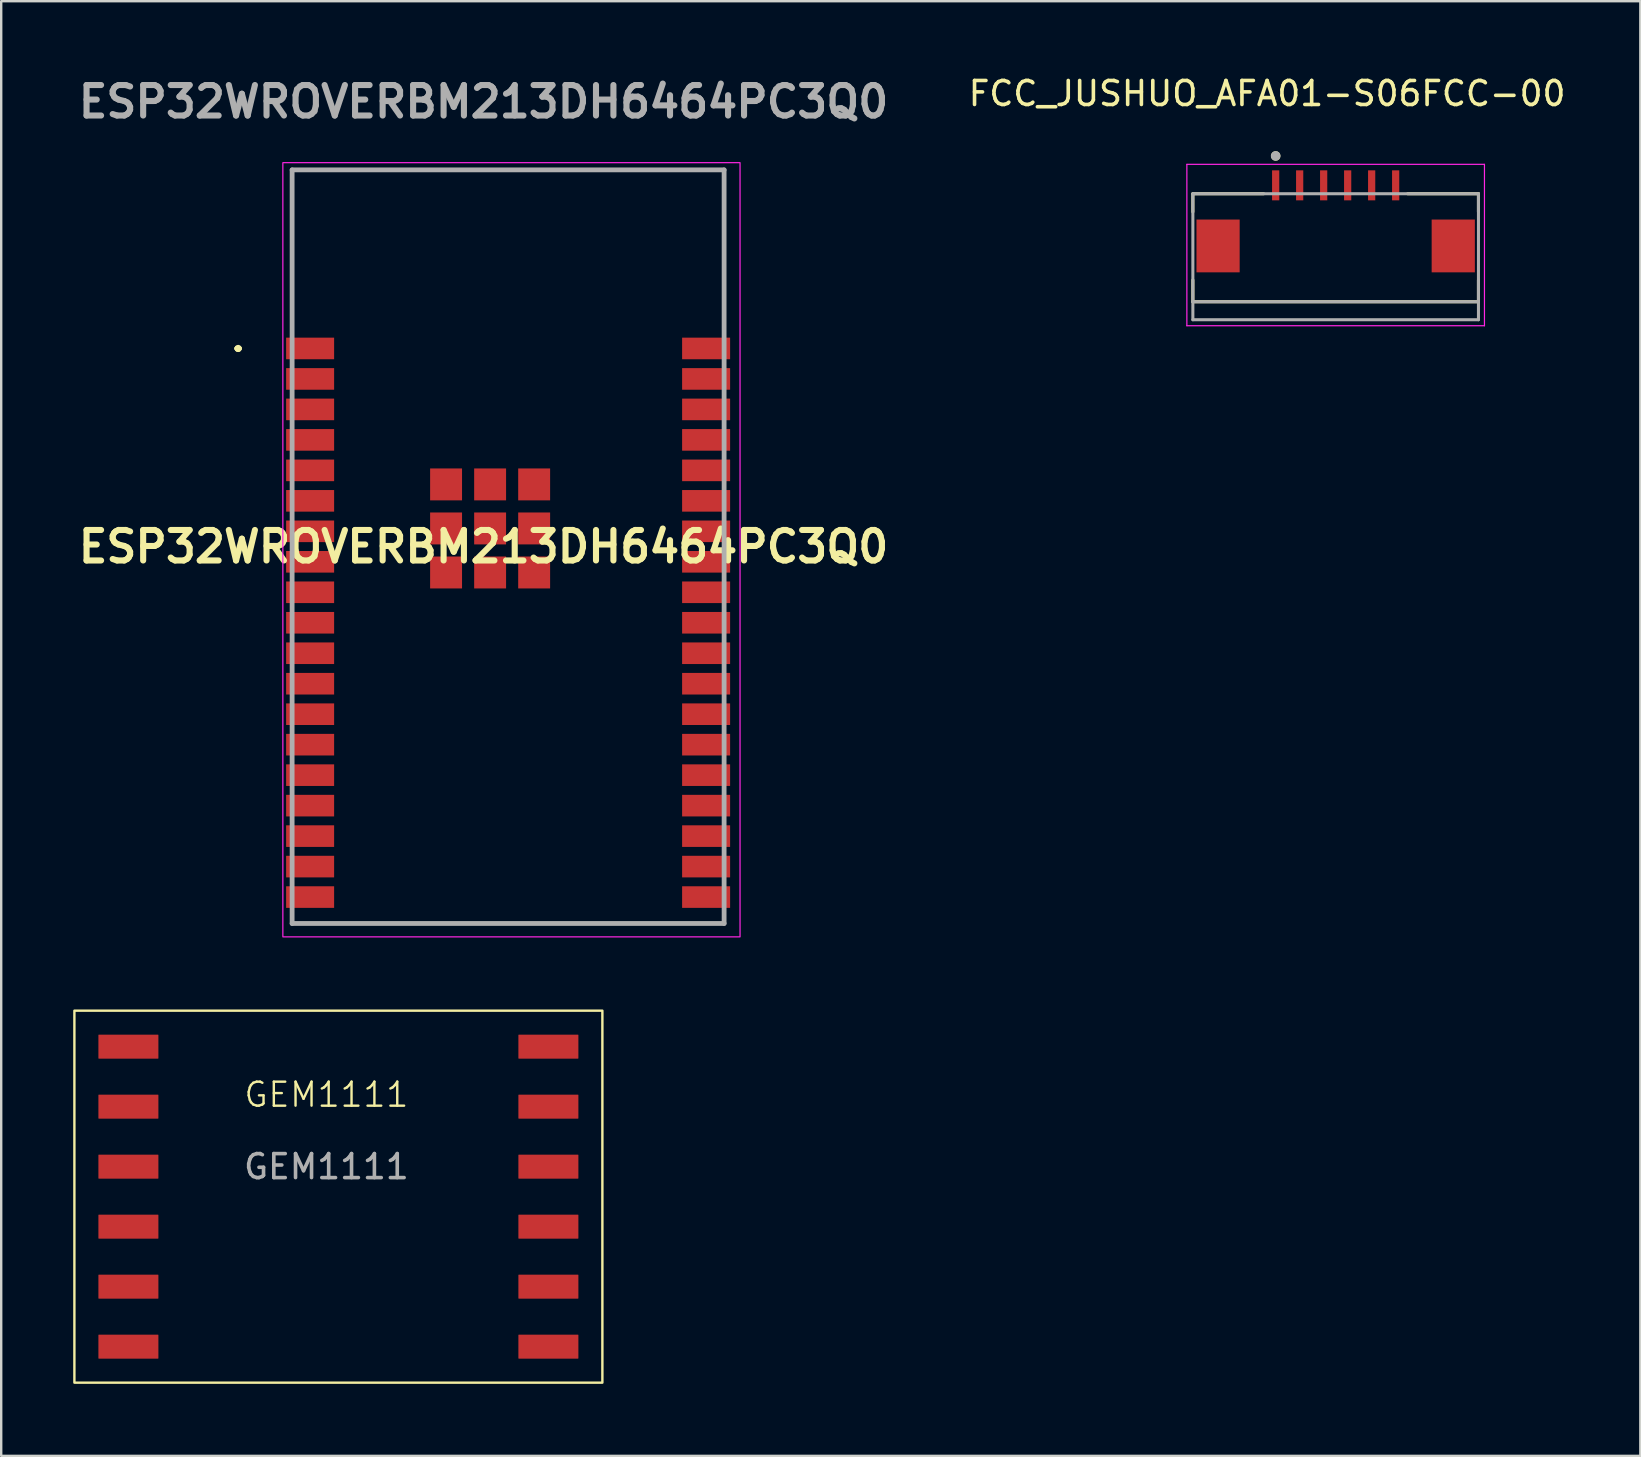
<source format=kicad_pcb>
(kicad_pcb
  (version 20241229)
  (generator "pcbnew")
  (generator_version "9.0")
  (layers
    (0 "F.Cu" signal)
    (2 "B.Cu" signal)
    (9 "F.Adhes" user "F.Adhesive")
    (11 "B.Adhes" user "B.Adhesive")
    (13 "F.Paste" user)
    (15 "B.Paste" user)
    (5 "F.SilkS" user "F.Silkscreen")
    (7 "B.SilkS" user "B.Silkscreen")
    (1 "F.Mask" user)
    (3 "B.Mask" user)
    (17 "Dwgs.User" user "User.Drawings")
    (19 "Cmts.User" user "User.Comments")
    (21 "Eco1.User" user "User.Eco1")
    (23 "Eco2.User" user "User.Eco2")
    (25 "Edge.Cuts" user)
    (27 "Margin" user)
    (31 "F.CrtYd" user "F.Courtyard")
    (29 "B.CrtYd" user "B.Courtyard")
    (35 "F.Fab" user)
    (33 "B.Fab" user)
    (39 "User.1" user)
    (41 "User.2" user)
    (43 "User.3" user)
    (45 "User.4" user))
  (footprint "ESP32WROVERBM213DH6464PC3Q0"
    (layer "F.Cu")
    (at 17.372 18.969)
    (property "Reference" "ESP32WROVERBM213DH6464PC3Q0" (at -0.275 0.76 0) (layer "F.SilkS") (effects (font (size 1.27 1.27) (thickness 0.254))))
    (attr smd)
    (fp_line (start -10.55 -7.5) (end -10.55 -7.5) (stroke (width 0.2) (type solid)) (layer "F.SilkS"))
    (fp_line (start -10.55 -7.5) (end -10.55 -7.5) (stroke (width 0.2) (type solid)) (layer "F.SilkS"))
    (fp_line (start -10.45 -7.5) (end -10.45 -7.5) (stroke (width 0.2) (type solid)) (layer "F.SilkS"))
    (fp_line (start -8.25 -14.94) (end -8.25 -14.94) (stroke (width 0.1) (type solid)) (layer "F.SilkS"))
    (fp_line (start -8.25 -14.94) (end -8.25 -14.94) (stroke (width 0.1) (type solid)) (layer "F.SilkS"))
    (fp_line (start -8.25 -14.94) (end -8.25 -8.5) (stroke (width 0.1) (type solid)) (layer "F.SilkS"))
    (fp_line (start -8.25 -14.94) (end 9.75 -14.94) (stroke (width 0.1) (type solid)) (layer "F.SilkS"))
    (fp_line (start -8.25 -8.5) (end -8.25 -14.94) (stroke (width 0.1) (type solid)) (layer "F.SilkS"))
    (fp_line (start -8.25 -8.5) (end -8.25 -8.5) (stroke (width 0.1) (type solid)) (layer "F.SilkS"))
    (fp_line (start -8.25 16.46) (end -8.25 16.46) (stroke (width 0.1) (type solid)) (layer "F.SilkS"))
    (fp_line (start -8.25 16.46) (end 9.75 16.46) (stroke (width 0.1) (type solid)) (layer "F.SilkS"))
    (fp_line (start 9.75 -14.94) (end -8.25 -14.94) (stroke (width 0.1) (type solid)) (layer "F.SilkS"))
    (fp_line (start 9.75 -14.94) (end 9.75 -14.94) (stroke (width 0.1) (type solid)) (layer "F.SilkS"))
    (fp_line (start 9.75 -14.94) (end 9.75 -14.94) (stroke (width 0.1) (type solid)) (layer "F.SilkS"))
    (fp_line (start 9.75 -14.94) (end 9.75 -8.5) (stroke (width 0.1) (type solid)) (layer "F.SilkS"))
    (fp_line (start 9.75 -8.5) (end 9.75 -14.94) (stroke (width 0.1) (type solid)) (layer "F.SilkS"))
    (fp_line (start 9.75 -8.5) (end 9.75 -8.5) (stroke (width 0.1) (type solid)) (layer "F.SilkS"))
    (fp_line (start 9.75 16.46) (end -8.25 16.46) (stroke (width 0.1) (type solid)) (layer "F.SilkS"))
    (fp_line (start 9.75 16.46) (end 9.75 16.46) (stroke (width 0.1) (type solid)) (layer "F.SilkS"))
    (fp_arc (start -10.55 -7.5) (mid -10.5 -7.55) (end -10.45 -7.5) (stroke (width 0.2) (type solid)) (layer "F.SilkS"))
    (fp_arc (start -10.45 -7.5) (mid -10.5 -7.45) (end -10.55 -7.5) (stroke (width 0.2) (type solid)) (layer "F.SilkS"))
    (fp_arc (start -10.45 -7.5) (mid -10.5 -7.45) (end -10.55 -7.5) (stroke (width 0.2) (type solid)) (layer "F.SilkS"))
    (fp_rect (start 10.414 17.018) (end -8.636 -15.24) (stroke (width 0.05) (type default)) (fill no) (layer "F.CrtYd"))
    (fp_line (start -8.25 -14.94) (end -8.25 16.46) (stroke (width 0.2) (type solid)) (layer "F.Fab"))
    (fp_line (start -8.25 16.46) (end 9.75 16.46) (stroke (width 0.2) (type solid)) (layer "F.Fab"))
    (fp_line (start 9.75 -14.94) (end -8.25 -14.94) (stroke (width 0.2) (type solid)) (layer "F.Fab"))
    (fp_line (start 9.75 16.46) (end 9.75 -14.94) (stroke (width 0.2) (type solid)) (layer "F.Fab"))
    (fp_text user "${REFERENCE}" (at -0.275 -17.78 0) (layer "F.Fab") (effects (font (size 1.27 1.27) (thickness 0.254))))
    (pad "1" smd rect (at -7.5 -7.5 90) (size 0.9 2) (layers "F.Cu" "F.Mask" "F.Paste"))
    (pad "2" smd rect (at -7.5 -6.23 90) (size 0.9 2) (layers "F.Cu" "F.Mask" "F.Paste"))
    (pad "3" smd rect (at -7.5 -4.96 90) (size 0.9 2) (layers "F.Cu" "F.Mask" "F.Paste"))
    (pad "4" smd rect (at -7.5 -3.69 90) (size 0.9 2) (layers "F.Cu" "F.Mask" "F.Paste"))
    (pad "5" smd rect (at -7.5 -2.42 90) (size 0.9 2) (layers "F.Cu" "F.Mask" "F.Paste"))
    (pad "6" smd rect (at -7.5 -1.15 90) (size 0.9 2) (layers "F.Cu" "F.Mask" "F.Paste"))
    (pad "7" smd rect (at -7.5 0.12 90) (size 0.9 2) (layers "F.Cu" "F.Mask" "F.Paste"))
    (pad "8" smd rect (at -7.5 1.39 90) (size 0.9 2) (layers "F.Cu" "F.Mask" "F.Paste"))
    (pad "9" smd rect (at -7.5 2.66 90) (size 0.9 2) (layers "F.Cu" "F.Mask" "F.Paste"))
    (pad "10" smd rect (at -7.5 3.93 90) (size 0.9 2) (layers "F.Cu" "F.Mask" "F.Paste"))
    (pad "11" smd rect (at -7.5 5.2 90) (size 0.9 2) (layers "F.Cu" "F.Mask" "F.Paste"))
    (pad "12" smd rect (at -7.5 6.47 90) (size 0.9 2) (layers "F.Cu" "F.Mask" "F.Paste"))
    (pad "13" smd rect (at -7.5 7.74 90) (size 0.9 2) (layers "F.Cu" "F.Mask" "F.Paste"))
    (pad "14" smd rect (at -7.5 9.01 90) (size 0.9 2) (layers "F.Cu" "F.Mask" "F.Paste"))
    (pad "15" smd rect (at -7.5 10.28 90) (size 0.9 2) (layers "F.Cu" "F.Mask" "F.Paste"))
    (pad "16" smd rect (at -7.5 11.55 90) (size 0.9 2) (layers "F.Cu" "F.Mask" "F.Paste"))
    (pad "17" smd rect (at -7.5 12.82 90) (size 0.9 2) (layers "F.Cu" "F.Mask" "F.Paste"))
    (pad "18" smd rect (at -7.5 14.09 90) (size 0.9 2) (layers "F.Cu" "F.Mask" "F.Paste"))
    (pad "19" smd rect (at -7.5 15.36 90) (size 0.9 2) (layers "F.Cu" "F.Mask" "F.Paste"))
    (pad "20" smd rect (at 9 15.36 90) (size 0.9 2) (layers "F.Cu" "F.Mask" "F.Paste"))
    (pad "21" smd rect (at 9 14.09 90) (size 0.9 2) (layers "F.Cu" "F.Mask" "F.Paste"))
    (pad "22" smd rect (at 9 12.82 90) (size 0.9 2) (layers "F.Cu" "F.Mask" "F.Paste"))
    (pad "23" smd rect (at 9 11.55 90) (size 0.9 2) (layers "F.Cu" "F.Mask" "F.Paste"))
    (pad "24" smd rect (at 9 10.28 90) (size 0.9 2) (layers "F.Cu" "F.Mask" "F.Paste"))
    (pad "25" smd rect (at 9 9.01 90) (size 0.9 2) (layers "F.Cu" "F.Mask" "F.Paste"))
    (pad "26" smd rect (at 9 7.74 90) (size 0.9 2) (layers "F.Cu" "F.Mask" "F.Paste"))
    (pad "27" smd rect (at 9 6.47 90) (size 0.9 2) (layers "F.Cu" "F.Mask" "F.Paste"))
    (pad "28" smd rect (at 9 5.2 90) (size 0.9 2) (layers "F.Cu" "F.Mask" "F.Paste"))
    (pad "29" smd rect (at 9 3.93 90) (size 0.9 2) (layers "F.Cu" "F.Mask" "F.Paste"))
    (pad "30" smd rect (at 9 2.66 90) (size 0.9 2) (layers "F.Cu" "F.Mask" "F.Paste"))
    (pad "31" smd rect (at 9 1.39 90) (size 0.9 2) (layers "F.Cu" "F.Mask" "F.Paste"))
    (pad "32" smd rect (at 9 0.12 90) (size 0.9 2) (layers "F.Cu" "F.Mask" "F.Paste"))
    (pad "33" smd rect (at 9 -1.15 90) (size 0.9 2) (layers "F.Cu" "F.Mask" "F.Paste"))
    (pad "34" smd rect (at 9 -2.42 90) (size 0.9 2) (layers "F.Cu" "F.Mask" "F.Paste"))
    (pad "35" smd rect (at 9 -3.69 90) (size 0.9 2) (layers "F.Cu" "F.Mask" "F.Paste"))
    (pad "36" smd rect (at 9 -4.96 90) (size 0.9 2) (layers "F.Cu" "F.Mask" "F.Paste"))
    (pad "37" smd rect (at 9 -6.23 90) (size 0.9 2) (layers "F.Cu" "F.Mask" "F.Paste"))
    (pad "38" smd rect (at 9 -7.5 90) (size 0.9 2) (layers "F.Cu" "F.Mask" "F.Paste"))
    (pad "39" smd rect (at -1.835 -1.835 90) (size 1.33 1.33) (layers "F.Cu" "F.Mask" "F.Paste"))
    (pad "40" smd rect (at 0 -1.835 90) (size 1.33 1.33) (layers "F.Cu" "F.Mask" "F.Paste"))
    (pad "41" smd rect (at 1.835 -1.835 90) (size 1.33 1.33) (layers "F.Cu" "F.Mask" "F.Paste"))
    (pad "42" smd rect (at -1.835 0 90) (size 1.33 1.33) (layers "F.Cu" "F.Mask" "F.Paste"))
    (pad "43" smd rect (at 0 0 90) (size 1.33 1.33) (layers "F.Cu" "F.Mask" "F.Paste"))
    (pad "44" smd rect (at 1.835 0 90) (size 1.33 1.33) (layers "F.Cu" "F.Mask" "F.Paste"))
    (pad "45" smd rect (at -1.835 1.835 90) (size 1.33 1.33) (layers "F.Cu" "F.Mask" "F.Paste"))
    (pad "46" smd rect (at 0 1.835 90) (size 1.33 1.33) (layers "F.Cu" "F.Mask" "F.Paste"))
    (pad "47" smd rect (at 1.835 1.835 90) (size 1.33 1.33) (layers "F.Cu" "F.Mask" "F.Paste")))
  (footprint "FCC_JUSHUO_AFA01-S06FCC-00"
    (layer "F.Cu")
    (at 52.604 7.648)
    (property "Reference" "FCC_JUSHUO_AFA01-S06FCC-00" (at -2.857 -6.8 0) (layer "F.SilkS") (effects (font (size 1 1) (thickness 0.15))))
    (attr smd)
    (fp_line (start -5.95 -2.625) (end -3 -2.625) (stroke (width 0.127) (type solid)) (layer "F.SilkS"))
    (fp_line (start -5.95 -1.87) (end -5.95 -2.625) (stroke (width 0.127) (type solid)) (layer "F.SilkS"))
    (fp_line (start -5.95 1.875) (end -5.95 0.97) (stroke (width 0.127) (type solid)) (layer "F.SilkS"))
    (fp_line (start 5.95 -2.625) (end 3 -2.625) (stroke (width 0.127) (type solid)) (layer "F.SilkS"))
    (fp_line (start 5.95 -1.87) (end 5.95 -2.625) (stroke (width 0.127) (type solid)) (layer "F.SilkS"))
    (fp_line (start 5.95 0.97) (end 5.95 1.875) (stroke (width 0.127) (type solid)) (layer "F.SilkS"))
    (fp_line (start 5.95 1.875) (end -5.95 1.875) (stroke (width 0.127) (type solid)) (layer "F.SilkS"))
    (fp_circle (center -2.5 -4.2) (end -2.4 -4.2) (stroke (width 0.2) (type solid)) (fill no) (layer "F.SilkS"))
    (fp_line (start -6.2 -3.85) (end -6.2 2.875) (stroke (width 0.05) (type solid)) (layer "F.CrtYd"))
    (fp_line (start -6.2 2.875) (end 6.2 2.875) (stroke (width 0.05) (type solid)) (layer "F.CrtYd"))
    (fp_line (start 6.2 -3.85) (end -6.2 -3.85) (stroke (width 0.05) (type solid)) (layer "F.CrtYd"))
    (fp_line (start 6.2 2.875) (end 6.2 -3.85) (stroke (width 0.05) (type solid)) (layer "F.CrtYd"))
    (fp_line (start -5.95 -2.625) (end 5.95 -2.625) (stroke (width 0.127) (type solid)) (layer "F.Fab"))
    (fp_line (start -5.95 1.875) (end -5.95 -2.625) (stroke (width 0.127) (type solid)) (layer "F.Fab"))
    (fp_line (start -5.95 2.625) (end -5.95 1.875) (stroke (width 0.127) (type solid)) (layer "F.Fab"))
    (fp_line (start 5.95 -2.625) (end 5.95 1.875) (stroke (width 0.127) (type solid)) (layer "F.Fab"))
    (fp_line (start 5.95 1.875) (end -5.95 1.875) (stroke (width 0.127) (type solid)) (layer "F.Fab"))
    (fp_line (start 5.95 1.875) (end 5.95 2.625) (stroke (width 0.127) (type solid)) (layer "F.Fab"))
    (fp_line (start 5.95 2.625) (end -5.95 2.625) (stroke (width 0.127) (type solid)) (layer "F.Fab"))
    (fp_circle (center -2.5 -4.2) (end -2.4 -4.2) (stroke (width 0.2) (type solid)) (fill no) (layer "F.Fab"))
    (pad "1" smd rect (at -2.5 -2.975) (size 0.3 1.25) (layers "F.Cu" "F.Mask" "F.Paste"))
    (pad "2" smd rect (at -1.5 -2.975) (size 0.3 1.25) (layers "F.Cu" "F.Mask" "F.Paste"))
    (pad "3" smd rect (at -0.5 -2.975) (size 0.3 1.25) (layers "F.Cu" "F.Mask" "F.Paste"))
    (pad "4" smd rect (at 0.5 -2.975) (size 0.3 1.25) (layers "F.Cu" "F.Mask" "F.Paste"))
    (pad "5" smd rect (at 1.5 -2.975) (size 0.3 1.25) (layers "F.Cu" "F.Mask" "F.Paste"))
    (pad "6" smd rect (at 2.5 -2.975) (size 0.3 1.25) (layers "F.Cu" "F.Mask" "F.Paste"))
    (pad "SH1" smd rect (at -4.9 -0.45) (size 1.8 2.2) (layers "F.Cu" "F.Mask" "F.Paste"))
    (pad "SH2" smd rect (at 4.9 -0.45) (size 1.8 2.2) (layers "F.Cu" "F.Mask" "F.Paste")))
  (footprint "GEM1111"
    (layer "F.Cu")
    (at 11.05 47.062)
    (property "Reference" "GEM1111" (at -0.5 -4.5 0) (unlocked yes) (layer "F.SilkS") (effects (font (size 1 1) (thickness 0.1))))
    (attr smd)
    (fp_rect (start -11 -8) (end 11 7.5) (stroke (width 0.1) (type default)) (fill no) (layer "F.SilkS"))
    (fp_text user "${REFERENCE}" (at -0.5 -1.5 0) (unlocked yes) (layer "F.Fab") (effects (font (size 1 1) (thickness 0.15))))
    (pad "1" smd roundrect (at 8.75 6) (size 2.5 1) (layers "F.Cu" "F.Mask" "F.Paste") (roundrect_rratio 0.02))
    (pad "2" smd roundrect (at 8.75 3.5) (size 2.5 1) (layers "F.Cu" "F.Mask" "F.Paste") (roundrect_rratio 0.02))
    (pad "3" smd roundrect (at 8.75 1) (size 2.5 1) (layers "F.Cu" "F.Mask" "F.Paste") (roundrect_rratio 0.02))
    (pad "4" smd roundrect (at 8.75 -1.5) (size 2.5 1) (layers "F.Cu" "F.Mask" "F.Paste") (roundrect_rratio 0.02))
    (pad "5" smd roundrect (at 8.75 -4) (size 2.5 1) (layers "F.Cu" "F.Mask" "F.Paste") (roundrect_rratio 0.02))
    (pad "6" smd roundrect (at 8.75 -6.5) (size 2.5 1) (layers "F.Cu" "F.Mask" "F.Paste") (roundrect_rratio 0.02))
    (pad "7" smd roundrect (at -8.75 -6.5) (size 2.5 1) (layers "F.Cu" "F.Mask" "F.Paste") (roundrect_rratio 0.02))
    (pad "8" smd roundrect (at -8.75 -4) (size 2.5 1) (layers "F.Cu" "F.Mask" "F.Paste") (roundrect_rratio 0.02))
    (pad "9" smd roundrect (at -8.75 -1.5) (size 2.5 1) (layers "F.Cu" "F.Mask" "F.Paste") (roundrect_rratio 0.02))
    (pad "10" smd roundrect (at -8.75 1) (size 2.5 1) (layers "F.Cu" "F.Mask" "F.Paste") (roundrect_rratio 0.02))
    (pad "11" smd roundrect (at -8.75 3.5) (size 2.5 1) (layers "F.Cu" "F.Mask" "F.Paste") (roundrect_rratio 0.02))
    (pad "12" smd roundrect (at -8.75 6) (size 2.5 1) (layers "F.Cu" "F.Mask" "F.Paste") (roundrect_rratio 0.02)))
  (gr_rect
    (start -3 -3)
    (end 65.3 57.612)
    (stroke (width 0.1) (type default))
    (fill no)
    (layer "Edge.Cuts")))
</source>
